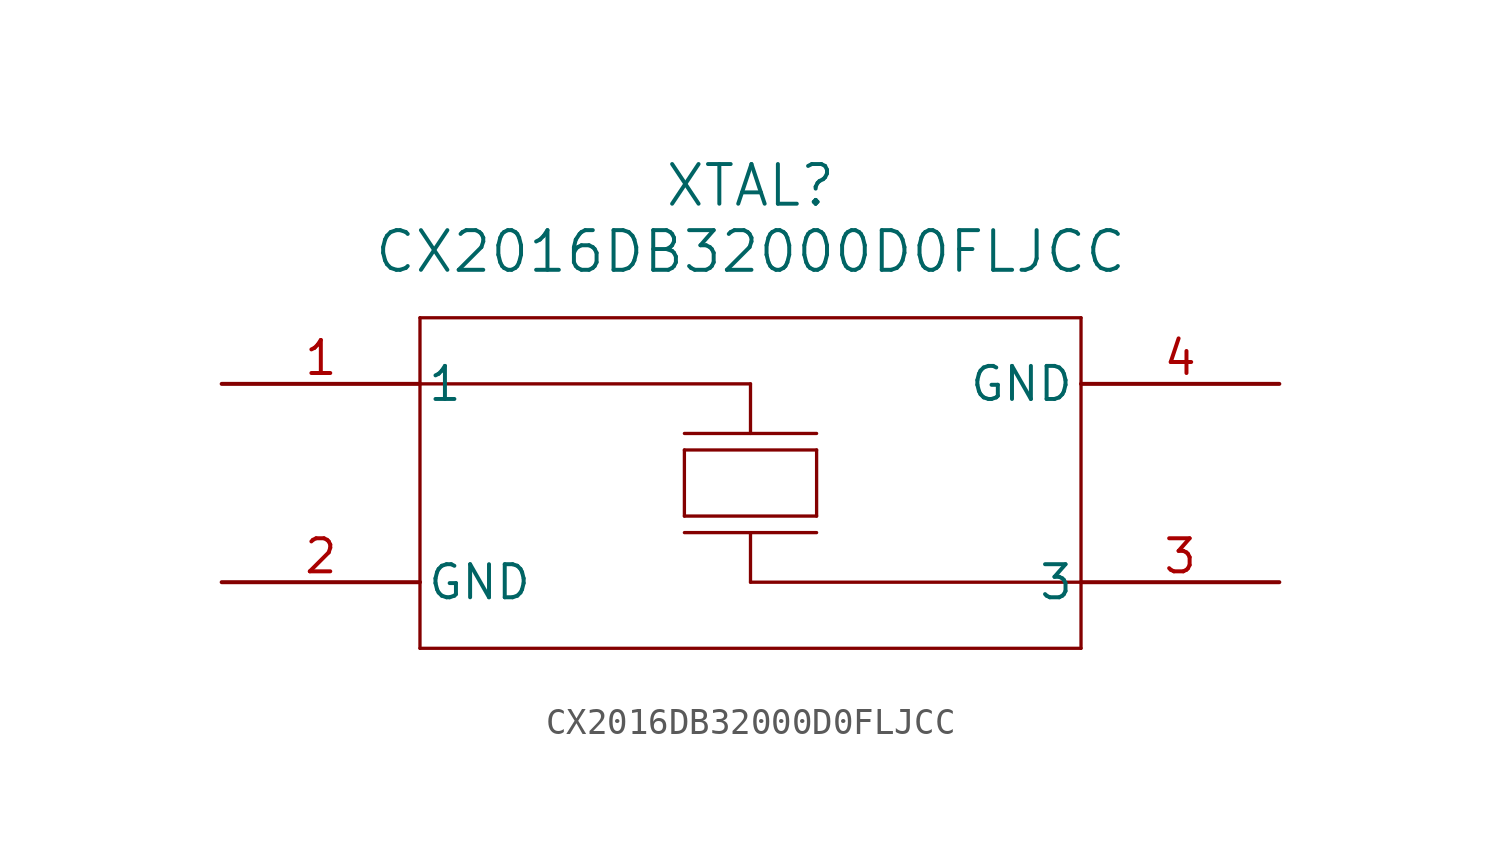
<source format=kicad_sym>
(kicad_symbol_lib
  (version 20211014)
  (generator kicad_symbol_editor)
  (symbol "CX2016DB32000D0FLJCC"
    (pin_names
      (offset 0.254))
    (property "Reference" "XTAL"
      (at 20.32 7.62 0)
      (effects (font (size 1.524 1.524))))
    (property "Value" "CX2016DB32000D0FLJCC"
      (at 20.32 5.08 0)
      (effects (font (size 1.524 1.524))))
    (symbol "CX2016DB32000D0FLJCC_0_1"
      (polyline (pts (xy 7.62 2.54) (xy 7.62 -10.16)) (stroke (width 0.127) (type default) (color 0 0 0 0)) (fill (type none)))
      (polyline (pts (xy 7.62 -10.16) (xy 33.02 -10.16)) (stroke (width 0.127) (type default) (color 0 0 0 0)) (fill (type none)))
      (polyline (pts (xy 33.02 -10.16) (xy 33.02 2.54)) (stroke (width 0.127) (type default) (color 0 0 0 0)) (fill (type none)))
      (polyline (pts (xy 33.02 2.54) (xy 7.62 2.54)) (stroke (width 0.127) (type default) (color 0 0 0 0)) (fill (type none)))
      (polyline (pts (xy 17.78 -2.54) (xy 22.86 -2.54)) (stroke (width 0.127) (type default) (color 0 0 0 0)) (fill (type none)))
      (polyline (pts (xy 22.86 -2.54) (xy 22.86 -5.08)) (stroke (width 0.127) (type default) (color 0 0 0 0)) (fill (type none)))
      (polyline (pts (xy 22.86 -5.08) (xy 17.78 -5.08)) (stroke (width 0.127) (type default) (color 0 0 0 0)) (fill (type none)))
      (polyline (pts (xy 17.78 -5.08) (xy 17.78 -2.54)) (stroke (width 0.127) (type default) (color 0 0 0 0)) (fill (type none)))
      (polyline (pts (xy 7.62 0) (xy 20.32 0)) (stroke (width 0.127) (type default) (color 0 0 0 0)) (fill (type none)))
      (polyline (pts (xy 20.32 -7.62) (xy 33.02 -7.62)) (stroke (width 0.127) (type default) (color 0 0 0 0)) (fill (type none)))
      (polyline (pts (xy 20.32 0) (xy 20.32 -1.905)) (stroke (width 0.127) (type default) (color 0 0 0 0)) (fill (type none)))
      (polyline (pts (xy 17.78 -1.905) (xy 22.86 -1.905)) (stroke (width 0.127) (type default) (color 0 0 0 0)) (fill (type none)))
      (polyline (pts (xy 17.78 -5.715) (xy 22.86 -5.715)) (stroke (width 0.127) (type default) (color 0 0 0 0)) (fill (type none)))
      (polyline (pts (xy 20.32 -7.62) (xy 20.32 -5.715)) (stroke (width 0.127) (type default) (color 0 0 0 0)) (fill (type none)))
      (pin unspecified line (at 0 0 0) (length 7.62) (name "1" (effects (font (size 1.27 1.27)))) (number "1" (effects (font (size 1.27 1.27)))))
      (pin power_out line (at 0 -7.62 0) (length 7.62) (name "GND" (effects (font (size 1.27 1.27)))) (number "2" (effects (font (size 1.27 1.27)))))
      (pin unspecified line (at 40.64 -7.62 180) (length 7.62) (name "3" (effects (font (size 1.27 1.27)))) (number "3" (effects (font (size 1.27 1.27)))))
      (pin power_out line (at 40.64 0 180) (length 7.62) (name "GND" (effects (font (size 1.27 1.27)))) (number "4" (effects (font (size 1.27 1.27))))))))
</source>
